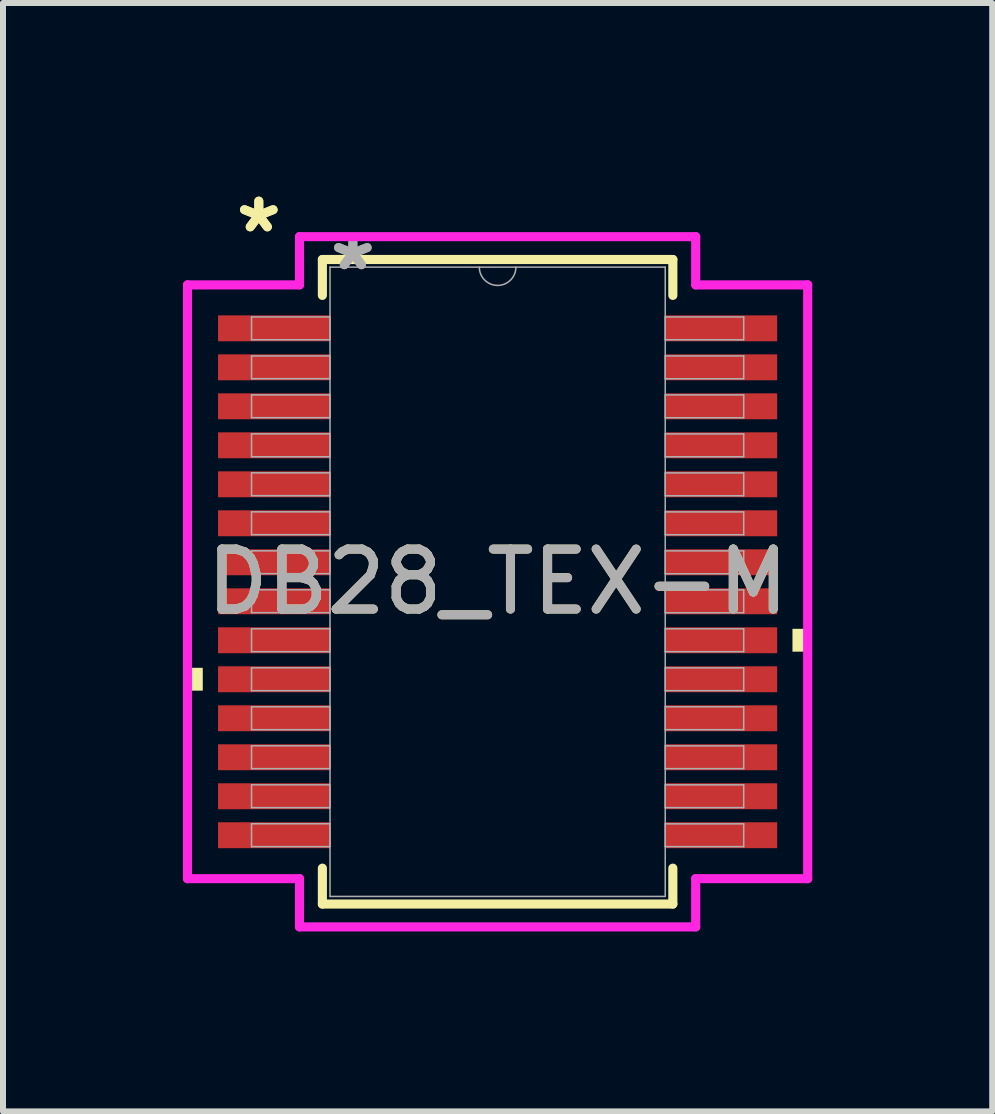
<source format=kicad_pcb>
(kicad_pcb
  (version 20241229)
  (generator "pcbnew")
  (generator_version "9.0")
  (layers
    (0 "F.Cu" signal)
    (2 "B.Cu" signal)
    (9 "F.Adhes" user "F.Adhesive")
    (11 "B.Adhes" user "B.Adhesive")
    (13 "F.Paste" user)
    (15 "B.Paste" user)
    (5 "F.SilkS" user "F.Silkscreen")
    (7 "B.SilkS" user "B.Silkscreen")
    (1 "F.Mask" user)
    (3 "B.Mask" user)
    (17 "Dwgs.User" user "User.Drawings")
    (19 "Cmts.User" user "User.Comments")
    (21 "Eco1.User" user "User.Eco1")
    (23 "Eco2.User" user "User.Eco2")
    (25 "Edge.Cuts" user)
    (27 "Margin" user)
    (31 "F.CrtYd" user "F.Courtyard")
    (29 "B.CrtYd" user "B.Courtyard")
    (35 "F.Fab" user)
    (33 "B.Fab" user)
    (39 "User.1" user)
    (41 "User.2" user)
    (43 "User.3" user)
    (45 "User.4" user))
  (footprint "DB28_TEX-M"
    (layer "F.Cu")
    (at 5.245 6.648)
    (property "Reference" "DB28_TEX-M" (at 0 0 0) (unlocked yes) (layer "F.SilkS") (effects (font (size 1 1) (thickness 0.15))))
    (attr smd)
    (fp_line (start -2.921 -5.372) (end -2.921 -4.774) (stroke (width 0.152) (type solid)) (layer "F.SilkS"))
    (fp_line (start -2.921 4.774) (end -2.921 5.372) (stroke (width 0.152) (type solid)) (layer "F.SilkS"))
    (fp_line (start -2.921 5.372) (end 2.921 5.372) (stroke (width 0.152) (type solid)) (layer "F.SilkS"))
    (fp_line (start 2.921 -5.372) (end -2.921 -5.372) (stroke (width 0.152) (type solid)) (layer "F.SilkS"))
    (fp_line (start 2.921 -4.774) (end 2.921 -5.372) (stroke (width 0.152) (type solid)) (layer "F.SilkS"))
    (fp_line (start 2.921 5.372) (end 2.921 4.774) (stroke (width 0.152) (type solid)) (layer "F.SilkS"))
    (fp_poly (pts (xy -5.169 1.434) (xy -5.169 1.815) (xy -4.915 1.815) (xy -4.915 1.434)) (stroke (width 0) (type solid)) (fill yes) (layer "F.SilkS"))
    (fp_poly (pts (xy 5.169 0.784) (xy 5.169 1.165) (xy 4.915 1.165) (xy 4.915 0.784)) (stroke (width 0) (type solid)) (fill yes) (layer "F.SilkS"))
    (fp_line (start -5.169 -4.949) (end -3.302 -4.949) (stroke (width 0.152) (type solid)) (layer "F.CrtYd"))
    (fp_line (start -5.169 4.949) (end -5.169 -4.949) (stroke (width 0.152) (type solid)) (layer "F.CrtYd"))
    (fp_line (start -5.169 4.949) (end -3.302 4.949) (stroke (width 0.152) (type solid)) (layer "F.CrtYd"))
    (fp_line (start -3.302 -5.753) (end 3.302 -5.753) (stroke (width 0.152) (type solid)) (layer "F.CrtYd"))
    (fp_line (start -3.302 -4.949) (end -3.302 -5.753) (stroke (width 0.152) (type solid)) (layer "F.CrtYd"))
    (fp_line (start -3.302 5.753) (end -3.302 4.949) (stroke (width 0.152) (type solid)) (layer "F.CrtYd"))
    (fp_line (start 3.302 -5.753) (end 3.302 -4.949) (stroke (width 0.152) (type solid)) (layer "F.CrtYd"))
    (fp_line (start 3.302 4.949) (end 3.302 5.753) (stroke (width 0.152) (type solid)) (layer "F.CrtYd"))
    (fp_line (start 3.302 5.753) (end -3.302 5.753) (stroke (width 0.152) (type solid)) (layer "F.CrtYd"))
    (fp_line (start 5.169 -4.949) (end 3.302 -4.949) (stroke (width 0.152) (type solid)) (layer "F.CrtYd"))
    (fp_line (start 5.169 -4.949) (end 5.169 4.949) (stroke (width 0.152) (type solid)) (layer "F.CrtYd"))
    (fp_line (start 5.169 4.949) (end 3.302 4.949) (stroke (width 0.152) (type solid)) (layer "F.CrtYd"))
    (fp_line (start -4.102 -4.415) (end -4.102 -4.035) (stroke (width 0.025) (type solid)) (layer "F.Fab"))
    (fp_line (start -4.102 -4.035) (end -2.794 -4.035) (stroke (width 0.025) (type solid)) (layer "F.Fab"))
    (fp_line (start -4.102 -3.765) (end -4.102 -3.385) (stroke (width 0.025) (type solid)) (layer "F.Fab"))
    (fp_line (start -4.102 -3.385) (end -2.794 -3.385) (stroke (width 0.025) (type solid)) (layer "F.Fab"))
    (fp_line (start -4.102 -3.115) (end -4.102 -2.735) (stroke (width 0.025) (type solid)) (layer "F.Fab"))
    (fp_line (start -4.102 -2.735) (end -2.794 -2.735) (stroke (width 0.025) (type solid)) (layer "F.Fab"))
    (fp_line (start -4.102 -2.466) (end -4.102 -2.084) (stroke (width 0.025) (type solid)) (layer "F.Fab"))
    (fp_line (start -4.102 -2.084) (end -2.794 -2.084) (stroke (width 0.025) (type solid)) (layer "F.Fab"))
    (fp_line (start -4.102 -1.816) (end -4.102 -1.435) (stroke (width 0.025) (type solid)) (layer "F.Fab"))
    (fp_line (start -4.102 -1.435) (end -2.794 -1.435) (stroke (width 0.025) (type solid)) (layer "F.Fab"))
    (fp_line (start -4.102 -1.166) (end -4.102 -0.785) (stroke (width 0.025) (type solid)) (layer "F.Fab"))
    (fp_line (start -4.102 -0.785) (end -2.794 -0.785) (stroke (width 0.025) (type solid)) (layer "F.Fab"))
    (fp_line (start -4.102 -0.516) (end -4.102 -0.135) (stroke (width 0.025) (type solid)) (layer "F.Fab"))
    (fp_line (start -4.102 -0.135) (end -2.794 -0.135) (stroke (width 0.025) (type solid)) (layer "F.Fab"))
    (fp_line (start -4.102 0.134) (end -4.102 0.515) (stroke (width 0.025) (type solid)) (layer "F.Fab"))
    (fp_line (start -4.102 0.515) (end -2.794 0.515) (stroke (width 0.025) (type solid)) (layer "F.Fab"))
    (fp_line (start -4.102 0.784) (end -4.102 1.165) (stroke (width 0.025) (type solid)) (layer "F.Fab"))
    (fp_line (start -4.102 1.165) (end -2.794 1.165) (stroke (width 0.025) (type solid)) (layer "F.Fab"))
    (fp_line (start -4.102 1.434) (end -4.102 1.815) (stroke (width 0.025) (type solid)) (layer "F.Fab"))
    (fp_line (start -4.102 1.815) (end -2.794 1.815) (stroke (width 0.025) (type solid)) (layer "F.Fab"))
    (fp_line (start -4.102 2.084) (end -4.102 2.465) (stroke (width 0.025) (type solid)) (layer "F.Fab"))
    (fp_line (start -4.102 2.465) (end -2.794 2.465) (stroke (width 0.025) (type solid)) (layer "F.Fab"))
    (fp_line (start -4.102 2.734) (end -4.102 3.115) (stroke (width 0.025) (type solid)) (layer "F.Fab"))
    (fp_line (start -4.102 3.115) (end -2.794 3.115) (stroke (width 0.025) (type solid)) (layer "F.Fab"))
    (fp_line (start -4.102 3.384) (end -4.102 3.765) (stroke (width 0.025) (type solid)) (layer "F.Fab"))
    (fp_line (start -4.102 3.765) (end -2.794 3.765) (stroke (width 0.025) (type solid)) (layer "F.Fab"))
    (fp_line (start -4.102 4.034) (end -4.102 4.415) (stroke (width 0.025) (type solid)) (layer "F.Fab"))
    (fp_line (start -4.102 4.415) (end -2.794 4.415) (stroke (width 0.025) (type solid)) (layer "F.Fab"))
    (fp_line (start -2.794 -5.245) (end -2.794 5.245) (stroke (width 0.025) (type solid)) (layer "F.Fab"))
    (fp_line (start -2.794 -4.415) (end -4.102 -4.415) (stroke (width 0.025) (type solid)) (layer "F.Fab"))
    (fp_line (start -2.794 -4.035) (end -2.794 -4.415) (stroke (width 0.025) (type solid)) (layer "F.Fab"))
    (fp_line (start -2.794 -3.765) (end -4.102 -3.765) (stroke (width 0.025) (type solid)) (layer "F.Fab"))
    (fp_line (start -2.794 -3.385) (end -2.794 -3.765) (stroke (width 0.025) (type solid)) (layer "F.Fab"))
    (fp_line (start -2.794 -3.115) (end -4.102 -3.115) (stroke (width 0.025) (type solid)) (layer "F.Fab"))
    (fp_line (start -2.794 -2.735) (end -2.794 -3.115) (stroke (width 0.025) (type solid)) (layer "F.Fab"))
    (fp_line (start -2.794 -2.466) (end -4.102 -2.466) (stroke (width 0.025) (type solid)) (layer "F.Fab"))
    (fp_line (start -2.794 -2.084) (end -2.794 -2.466) (stroke (width 0.025) (type solid)) (layer "F.Fab"))
    (fp_line (start -2.794 -1.816) (end -4.102 -1.816) (stroke (width 0.025) (type solid)) (layer "F.Fab"))
    (fp_line (start -2.794 -1.435) (end -2.794 -1.816) (stroke (width 0.025) (type solid)) (layer "F.Fab"))
    (fp_line (start -2.794 -1.166) (end -4.102 -1.166) (stroke (width 0.025) (type solid)) (layer "F.Fab"))
    (fp_line (start -2.794 -0.785) (end -2.794 -1.166) (stroke (width 0.025) (type solid)) (layer "F.Fab"))
    (fp_line (start -2.794 -0.516) (end -4.102 -0.516) (stroke (width 0.025) (type solid)) (layer "F.Fab"))
    (fp_line (start -2.794 -0.135) (end -2.794 -0.516) (stroke (width 0.025) (type solid)) (layer "F.Fab"))
    (fp_line (start -2.794 0.134) (end -4.102 0.134) (stroke (width 0.025) (type solid)) (layer "F.Fab"))
    (fp_line (start -2.794 0.515) (end -2.794 0.134) (stroke (width 0.025) (type solid)) (layer "F.Fab"))
    (fp_line (start -2.794 0.784) (end -4.102 0.784) (stroke (width 0.025) (type solid)) (layer "F.Fab"))
    (fp_line (start -2.794 1.165) (end -2.794 0.784) (stroke (width 0.025) (type solid)) (layer "F.Fab"))
    (fp_line (start -2.794 1.434) (end -4.102 1.434) (stroke (width 0.025) (type solid)) (layer "F.Fab"))
    (fp_line (start -2.794 1.815) (end -2.794 1.434) (stroke (width 0.025) (type solid)) (layer "F.Fab"))
    (fp_line (start -2.794 2.084) (end -4.102 2.084) (stroke (width 0.025) (type solid)) (layer "F.Fab"))
    (fp_line (start -2.794 2.465) (end -2.794 2.084) (stroke (width 0.025) (type solid)) (layer "F.Fab"))
    (fp_line (start -2.794 2.734) (end -4.102 2.734) (stroke (width 0.025) (type solid)) (layer "F.Fab"))
    (fp_line (start -2.794 3.115) (end -2.794 2.734) (stroke (width 0.025) (type solid)) (layer "F.Fab"))
    (fp_line (start -2.794 3.384) (end -4.102 3.384) (stroke (width 0.025) (type solid)) (layer "F.Fab"))
    (fp_line (start -2.794 3.765) (end -2.794 3.384) (stroke (width 0.025) (type solid)) (layer "F.Fab"))
    (fp_line (start -2.794 4.034) (end -4.102 4.034) (stroke (width 0.025) (type solid)) (layer "F.Fab"))
    (fp_line (start -2.794 4.415) (end -2.794 4.034) (stroke (width 0.025) (type solid)) (layer "F.Fab"))
    (fp_line (start -2.794 5.245) (end 2.794 5.245) (stroke (width 0.025) (type solid)) (layer "F.Fab"))
    (fp_line (start 2.794 -5.245) (end -2.794 -5.245) (stroke (width 0.025) (type solid)) (layer "F.Fab"))
    (fp_line (start 2.794 -4.415) (end 2.794 -4.034) (stroke (width 0.025) (type solid)) (layer "F.Fab"))
    (fp_line (start 2.794 -4.034) (end 4.102 -4.034) (stroke (width 0.025) (type solid)) (layer "F.Fab"))
    (fp_line (start 2.794 -3.765) (end 2.794 -3.384) (stroke (width 0.025) (type solid)) (layer "F.Fab"))
    (fp_line (start 2.794 -3.384) (end 4.102 -3.384) (stroke (width 0.025) (type solid)) (layer "F.Fab"))
    (fp_line (start 2.794 -3.115) (end 2.794 -2.734) (stroke (width 0.025) (type solid)) (layer "F.Fab"))
    (fp_line (start 2.794 -2.734) (end 4.102 -2.734) (stroke (width 0.025) (type solid)) (layer "F.Fab"))
    (fp_line (start 2.794 -2.465) (end 2.794 -2.084) (stroke (width 0.025) (type solid)) (layer "F.Fab"))
    (fp_line (start 2.794 -2.084) (end 4.102 -2.084) (stroke (width 0.025) (type solid)) (layer "F.Fab"))
    (fp_line (start 2.794 -1.815) (end 2.794 -1.434) (stroke (width 0.025) (type solid)) (layer "F.Fab"))
    (fp_line (start 2.794 -1.434) (end 4.102 -1.434) (stroke (width 0.025) (type solid)) (layer "F.Fab"))
    (fp_line (start 2.794 -1.165) (end 2.794 -0.784) (stroke (width 0.025) (type solid)) (layer "F.Fab"))
    (fp_line (start 2.794 -0.784) (end 4.102 -0.784) (stroke (width 0.025) (type solid)) (layer "F.Fab"))
    (fp_line (start 2.794 -0.515) (end 2.794 -0.134) (stroke (width 0.025) (type solid)) (layer "F.Fab"))
    (fp_line (start 2.794 -0.134) (end 4.102 -0.134) (stroke (width 0.025) (type solid)) (layer "F.Fab"))
    (fp_line (start 2.794 0.135) (end 2.794 0.516) (stroke (width 0.025) (type solid)) (layer "F.Fab"))
    (fp_line (start 2.794 0.516) (end 4.102 0.516) (stroke (width 0.025) (type solid)) (layer "F.Fab"))
    (fp_line (start 2.794 0.784) (end 2.794 1.165) (stroke (width 0.025) (type solid)) (layer "F.Fab"))
    (fp_line (start 2.794 1.165) (end 4.102 1.165) (stroke (width 0.025) (type solid)) (layer "F.Fab"))
    (fp_line (start 2.794 1.435) (end 2.794 1.815) (stroke (width 0.025) (type solid)) (layer "F.Fab"))
    (fp_line (start 2.794 1.815) (end 4.102 1.815) (stroke (width 0.025) (type solid)) (layer "F.Fab"))
    (fp_line (start 2.794 2.084) (end 2.794 2.466) (stroke (width 0.025) (type solid)) (layer "F.Fab"))
    (fp_line (start 2.794 2.466) (end 4.102 2.466) (stroke (width 0.025) (type solid)) (layer "F.Fab"))
    (fp_line (start 2.794 2.735) (end 2.794 3.115) (stroke (width 0.025) (type solid)) (layer "F.Fab"))
    (fp_line (start 2.794 3.115) (end 4.102 3.115) (stroke (width 0.025) (type solid)) (layer "F.Fab"))
    (fp_line (start 2.794 3.385) (end 2.794 3.765) (stroke (width 0.025) (type solid)) (layer "F.Fab"))
    (fp_line (start 2.794 3.765) (end 4.102 3.765) (stroke (width 0.025) (type solid)) (layer "F.Fab"))
    (fp_line (start 2.794 4.035) (end 2.794 4.415) (stroke (width 0.025) (type solid)) (layer "F.Fab"))
    (fp_line (start 2.794 4.415) (end 4.102 4.415) (stroke (width 0.025) (type solid)) (layer "F.Fab"))
    (fp_line (start 2.794 5.245) (end 2.794 -5.245) (stroke (width 0.025) (type solid)) (layer "F.Fab"))
    (fp_line (start 4.102 -4.415) (end 2.794 -4.415) (stroke (width 0.025) (type solid)) (layer "F.Fab"))
    (fp_line (start 4.102 -4.034) (end 4.102 -4.415) (stroke (width 0.025) (type solid)) (layer "F.Fab"))
    (fp_line (start 4.102 -3.765) (end 2.794 -3.765) (stroke (width 0.025) (type solid)) (layer "F.Fab"))
    (fp_line (start 4.102 -3.384) (end 4.102 -3.765) (stroke (width 0.025) (type solid)) (layer "F.Fab"))
    (fp_line (start 4.102 -3.115) (end 2.794 -3.115) (stroke (width 0.025) (type solid)) (layer "F.Fab"))
    (fp_line (start 4.102 -2.734) (end 4.102 -3.115) (stroke (width 0.025) (type solid)) (layer "F.Fab"))
    (fp_line (start 4.102 -2.465) (end 2.794 -2.465) (stroke (width 0.025) (type solid)) (layer "F.Fab"))
    (fp_line (start 4.102 -2.084) (end 4.102 -2.465) (stroke (width 0.025) (type solid)) (layer "F.Fab"))
    (fp_line (start 4.102 -1.815) (end 2.794 -1.815) (stroke (width 0.025) (type solid)) (layer "F.Fab"))
    (fp_line (start 4.102 -1.434) (end 4.102 -1.815) (stroke (width 0.025) (type solid)) (layer "F.Fab"))
    (fp_line (start 4.102 -1.165) (end 2.794 -1.165) (stroke (width 0.025) (type solid)) (layer "F.Fab"))
    (fp_line (start 4.102 -0.784) (end 4.102 -1.165) (stroke (width 0.025) (type solid)) (layer "F.Fab"))
    (fp_line (start 4.102 -0.515) (end 2.794 -0.515) (stroke (width 0.025) (type solid)) (layer "F.Fab"))
    (fp_line (start 4.102 -0.134) (end 4.102 -0.515) (stroke (width 0.025) (type solid)) (layer "F.Fab"))
    (fp_line (start 4.102 0.135) (end 2.794 0.135) (stroke (width 0.025) (type solid)) (layer "F.Fab"))
    (fp_line (start 4.102 0.516) (end 4.102 0.135) (stroke (width 0.025) (type solid)) (layer "F.Fab"))
    (fp_line (start 4.102 0.784) (end 2.794 0.784) (stroke (width 0.025) (type solid)) (layer "F.Fab"))
    (fp_line (start 4.102 1.165) (end 4.102 0.784) (stroke (width 0.025) (type solid)) (layer "F.Fab"))
    (fp_line (start 4.102 1.435) (end 2.794 1.435) (stroke (width 0.025) (type solid)) (layer "F.Fab"))
    (fp_line (start 4.102 1.815) (end 4.102 1.435) (stroke (width 0.025) (type solid)) (layer "F.Fab"))
    (fp_line (start 4.102 2.084) (end 2.794 2.084) (stroke (width 0.025) (type solid)) (layer "F.Fab"))
    (fp_line (start 4.102 2.466) (end 4.102 2.084) (stroke (width 0.025) (type solid)) (layer "F.Fab"))
    (fp_line (start 4.102 2.735) (end 2.794 2.735) (stroke (width 0.025) (type solid)) (layer "F.Fab"))
    (fp_line (start 4.102 3.115) (end 4.102 2.735) (stroke (width 0.025) (type solid)) (layer "F.Fab"))
    (fp_line (start 4.102 3.385) (end 2.794 3.385) (stroke (width 0.025) (type solid)) (layer "F.Fab"))
    (fp_line (start 4.102 3.765) (end 4.102 3.385) (stroke (width 0.025) (type solid)) (layer "F.Fab"))
    (fp_line (start 4.102 4.035) (end 2.794 4.035) (stroke (width 0.025) (type solid)) (layer "F.Fab"))
    (fp_line (start 4.102 4.415) (end 4.102 4.035) (stroke (width 0.025) (type solid)) (layer "F.Fab"))
    (fp_arc (start 0.3048 -5.2451) (mid 0 -4.9403) (end -0.3048 -5.2451) (stroke (width 0.0254) (type solid)) (layer "F.Fab"))
    (fp_text user "*" (at -3.981 -5.8 0) (unlocked yes) (layer "F.SilkS") (effects (font (size 1 1) (thickness 0.15))))
    (fp_text user "*" (at -3.981 -5.8 0) (layer "F.SilkS") (effects (font (size 1 1) (thickness 0.15))))
    (fp_text user "*" (at -2.413 -5.169 0) (unlocked yes) (layer "F.Fab") (effects (font (size 1 1) (thickness 0.15))))
    (fp_text user "*" (at -2.413 -5.169 0) (layer "F.Fab") (effects (font (size 1 1) (thickness 0.15))))
    (fp_text user "${REFERENCE}" (at 0 0 0) (unlocked yes) (layer "F.Fab") (effects (font (size 1 1) (thickness 0.15))))
    (pad "1" smd rect (at -3.727 -4.225) (size 1.867 0.432) (layers "F.Cu" "F.Mask" "F.Paste"))
    (pad "2" smd rect (at -3.727 -3.575) (size 1.867 0.432) (layers "F.Cu" "F.Mask" "F.Paste"))
    (pad "3" smd rect (at -3.727 -2.925) (size 1.867 0.432) (layers "F.Cu" "F.Mask" "F.Paste"))
    (pad "4" smd rect (at -3.727 -2.275) (size 1.867 0.432) (layers "F.Cu" "F.Mask" "F.Paste"))
    (pad "5" smd rect (at -3.727 -1.625) (size 1.867 0.432) (layers "F.Cu" "F.Mask" "F.Paste"))
    (pad "6" smd rect (at -3.727 -0.975) (size 1.867 0.432) (layers "F.Cu" "F.Mask" "F.Paste"))
    (pad "7" smd rect (at -3.727 -0.325) (size 1.867 0.432) (layers "F.Cu" "F.Mask" "F.Paste"))
    (pad "8" smd rect (at -3.727 0.325) (size 1.867 0.432) (layers "F.Cu" "F.Mask" "F.Paste"))
    (pad "9" smd rect (at -3.727 0.975) (size 1.867 0.432) (layers "F.Cu" "F.Mask" "F.Paste"))
    (pad "10" smd rect (at -3.727 1.625) (size 1.867 0.432) (layers "F.Cu" "F.Mask" "F.Paste"))
    (pad "11" smd rect (at -3.727 2.275) (size 1.867 0.432) (layers "F.Cu" "F.Mask" "F.Paste"))
    (pad "12" smd rect (at -3.727 2.925) (size 1.867 0.432) (layers "F.Cu" "F.Mask" "F.Paste"))
    (pad "13" smd rect (at -3.727 3.575) (size 1.867 0.432) (layers "F.Cu" "F.Mask" "F.Paste"))
    (pad "14" smd rect (at -3.727 4.225) (size 1.867 0.432) (layers "F.Cu" "F.Mask" "F.Paste"))
    (pad "15" smd rect (at 3.727 4.225) (size 1.867 0.432) (layers "F.Cu" "F.Mask" "F.Paste"))
    (pad "16" smd rect (at 3.727 3.575) (size 1.867 0.432) (layers "F.Cu" "F.Mask" "F.Paste"))
    (pad "17" smd rect (at 3.727 2.925) (size 1.867 0.432) (layers "F.Cu" "F.Mask" "F.Paste"))
    (pad "18" smd rect (at 3.727 2.275) (size 1.867 0.432) (layers "F.Cu" "F.Mask" "F.Paste"))
    (pad "19" smd rect (at 3.727 1.625) (size 1.867 0.432) (layers "F.Cu" "F.Mask" "F.Paste"))
    (pad "20" smd rect (at 3.727 0.975) (size 1.867 0.432) (layers "F.Cu" "F.Mask" "F.Paste"))
    (pad "21" smd rect (at 3.727 0.325) (size 1.867 0.432) (layers "F.Cu" "F.Mask" "F.Paste"))
    (pad "22" smd rect (at 3.727 -0.325) (size 1.867 0.432) (layers "F.Cu" "F.Mask" "F.Paste"))
    (pad "23" smd rect (at 3.727 -0.975) (size 1.867 0.432) (layers "F.Cu" "F.Mask" "F.Paste"))
    (pad "24" smd rect (at 3.727 -1.625) (size 1.867 0.432) (layers "F.Cu" "F.Mask" "F.Paste"))
    (pad "25" smd rect (at 3.727 -2.275) (size 1.867 0.432) (layers "F.Cu" "F.Mask" "F.Paste"))
    (pad "26" smd rect (at 3.727 -2.925) (size 1.867 0.432) (layers "F.Cu" "F.Mask" "F.Paste"))
    (pad "27" smd rect (at 3.727 -3.575) (size 1.867 0.432) (layers "F.Cu" "F.Mask" "F.Paste"))
    (pad "28" smd rect (at 3.727 -4.225) (size 1.867 0.432) (layers "F.Cu" "F.Mask" "F.Paste")))
  (gr_rect
    (start -3 -3)
    (end 13.49 15.477)
    (stroke (width 0.1) (type default))
    (fill no)
    (layer "Edge.Cuts")))
</source>
